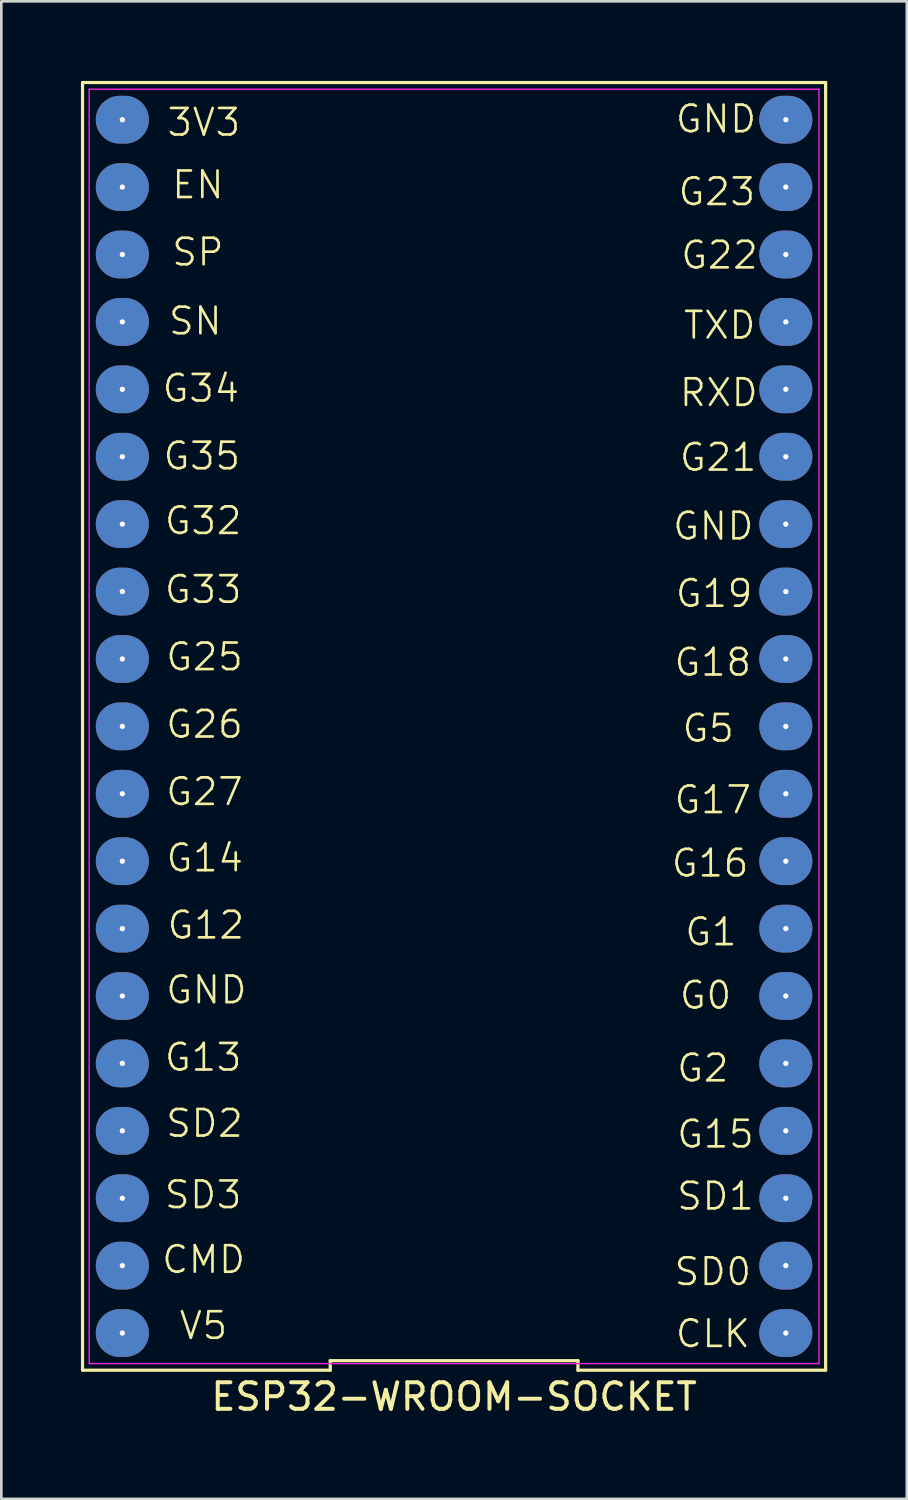
<source format=kicad_pcb>
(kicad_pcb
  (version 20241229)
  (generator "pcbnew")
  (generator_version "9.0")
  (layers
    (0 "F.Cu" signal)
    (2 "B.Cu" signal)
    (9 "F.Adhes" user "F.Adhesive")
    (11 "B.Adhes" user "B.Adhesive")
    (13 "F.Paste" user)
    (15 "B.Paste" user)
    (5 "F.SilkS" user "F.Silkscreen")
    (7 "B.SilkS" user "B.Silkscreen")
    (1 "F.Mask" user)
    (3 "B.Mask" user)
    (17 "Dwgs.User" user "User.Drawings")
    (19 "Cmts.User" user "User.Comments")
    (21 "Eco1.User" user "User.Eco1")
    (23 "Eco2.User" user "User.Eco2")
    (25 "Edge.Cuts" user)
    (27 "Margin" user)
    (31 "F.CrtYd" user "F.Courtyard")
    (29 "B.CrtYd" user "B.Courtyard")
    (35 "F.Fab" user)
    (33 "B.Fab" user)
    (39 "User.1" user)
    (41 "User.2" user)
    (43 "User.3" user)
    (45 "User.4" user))
  (footprint "ESP32-WROOM-SOCKET"
    (layer "F.Cu")
    (at 14.06 24.32)
    (property "Reference" "ESP32-WROOM-SOCKET" (at 0 25.26 180) (layer "F.SilkS") (effects (font (size 1 1) (thickness 0.15))))
    (attr through_hole)
    (fp_line (start -14 24.26) (end -4.667 24.26) (stroke (width 0.12) (type default)) (layer "F.SilkS"))
    (fp_line (start -14 -24.26) (end -14 24.26) (stroke (width 0.12) (type default)) (layer "F.SilkS"))
    (fp_line (start -4.667 23.9) (end 4.667 23.9) (stroke (width 0.12) (type default)) (layer "F.SilkS"))
    (fp_line (start -4.667 24.26) (end -4.667 23.9) (stroke (width 0.12) (type default)) (layer "F.SilkS"))
    (fp_line (start 4.667 23.9) (end 4.667 24.26) (stroke (width 0.12) (type default)) (layer "F.SilkS"))
    (fp_line (start 4.667 24.26) (end 14 24.26) (stroke (width 0.12) (type default)) (layer "F.SilkS"))
    (fp_line (start 14 24.26) (end 14 -24.26) (stroke (width 0.12) (type default)) (layer "F.SilkS"))
    (fp_line (start 14 -24.26) (end -14 -24.26) (stroke (width 0.12) (type default)) (layer "F.SilkS"))
    (fp_line (start -13.75 -24.01) (end 13.75 -24.01) (stroke (width 0.05) (type default)) (layer "F.CrtYd"))
    (fp_line (start -13.75 24.01) (end -13.75 -24.01) (stroke (width 0.05) (type default)) (layer "F.CrtYd"))
    (fp_line (start 13.75 -24.01) (end 13.75 24.01) (stroke (width 0.05) (type default)) (layer "F.CrtYd"))
    (fp_line (start 13.75 24.01) (end -13.75 24.01) (stroke (width 0.05) (type default)) (layer "F.CrtYd"))
    (fp_text user "G19" (at 8.28 -4.42 0) (unlocked yes) (layer "F.SilkS") (effects (font (size 1 1) (thickness 0.1)) (justify left bottom)))
    (fp_text user "G0" (at 8.433 10.719 0) (unlocked yes) (layer "F.SilkS") (effects (font (size 1 1) (thickness 0.1)) (justify left bottom)))
    (fp_text user "SP" (at -10.695 -17.284 0) (unlocked yes) (layer "F.SilkS") (effects (font (size 1 1) (thickness 0.1)) (justify left bottom)))
    (fp_text user "TXD" (at 8.585 -14.529 0) (unlocked yes) (layer "F.SilkS") (effects (font (size 1 1) (thickness 0.1)) (justify left bottom)))
    (fp_text user "G13" (at -10.973 13.056 0) (unlocked yes) (layer "F.SilkS") (effects (font (size 1 1) (thickness 0.1)) (justify left bottom)))
    (fp_text user "SN" (at -10.816 -14.688 0) (unlocked yes) (layer "F.SilkS") (effects (font (size 1 1) (thickness 0.1)) (justify left bottom)))
    (fp_text user "G15" (at 8.331 15.951 0) (unlocked yes) (layer "F.SilkS") (effects (font (size 1 1) (thickness 0.1)) (justify left bottom)))
    (fp_text user "G14" (at -10.913 5.545 0) (unlocked yes) (layer "F.SilkS") (effects (font (size 1 1) (thickness 0.1)) (justify left bottom)))
    (fp_text user "SD1" (at 8.331 18.288 0) (unlocked yes) (layer "F.SilkS") (effects (font (size 1 1) (thickness 0.1)) (justify left bottom)))
    (fp_text user "G22" (at 8.484 -17.17 0) (unlocked yes) (layer "F.SilkS") (effects (font (size 1 1) (thickness 0.1)) (justify left bottom)))
    (fp_text user "CLK" (at 8.28 23.47 0) (unlocked yes) (layer "F.SilkS") (effects (font (size 1 1) (thickness 0.1)) (justify left bottom)))
    (fp_text user "GND" (at -10.922 10.516 0) (unlocked yes) (layer "F.SilkS") (effects (font (size 1 1) (thickness 0.1)) (justify left bottom)))
    (fp_text user "SD2" (at -10.922 15.545 0) (unlocked yes) (layer "F.SilkS") (effects (font (size 1 1) (thickness 0.1)) (justify left bottom)))
    (fp_text user "EN" (at -10.695 -19.82 0) (unlocked yes) (layer "F.SilkS") (effects (font (size 1 1) (thickness 0.1)) (justify left bottom)))
    (fp_text user "SD3" (at -10.973 18.237 0) (unlocked yes) (layer "F.SilkS") (effects (font (size 1 1) (thickness 0.1)) (justify left bottom)))
    (fp_text user "G25" (at -10.922 -2.032 0) (unlocked yes) (layer "F.SilkS") (effects (font (size 1 1) (thickness 0.1)) (justify left bottom)))
    (fp_text user "G21" (at 8.433 -9.55 0) (unlocked yes) (layer "F.SilkS") (effects (font (size 1 1) (thickness 0.1)) (justify left bottom)))
    (fp_text user "G1" (at 8.636 8.331 0) (unlocked yes) (layer "F.SilkS") (effects (font (size 1 1) (thickness 0.1)) (justify left bottom)))
    (fp_text user "G23" (at 8.382 -19.558 0) (unlocked yes) (layer "F.SilkS") (effects (font (size 1 1) (thickness 0.1)) (justify left bottom)))
    (fp_text user "GND" (at 8.28 -22.301 0) (unlocked yes) (layer "F.SilkS") (effects (font (size 1 1) (thickness 0.1)) (justify left bottom)))
    (fp_text user "G35" (at -11.024 -9.601 0) (unlocked yes) (layer "F.SilkS") (effects (font (size 1 1) (thickness 0.1)) (justify left bottom)))
    (fp_text user "G12" (at -10.871 8.077 0) (unlocked yes) (layer "F.SilkS") (effects (font (size 1 1) (thickness 0.1)) (justify left bottom)))
    (fp_text user "G17" (at 8.23 3.353 0) (unlocked yes) (layer "F.SilkS") (effects (font (size 1 1) (thickness 0.1)) (justify left bottom)))
    (fp_text user "G32" (at -10.973 -7.163 0) (unlocked yes) (layer "F.SilkS") (effects (font (size 1 1) (thickness 0.1)) (justify left bottom)))
    (fp_text user "RXD" (at 8.433 -11.989 0) (unlocked yes) (layer "F.SilkS") (effects (font (size 1 1) (thickness 0.1)) (justify left bottom)))
    (fp_text user "CMD" (at -11.074 20.676 0) (unlocked yes) (layer "F.SilkS") (effects (font (size 1 1) (thickness 0.1)) (justify left bottom)))
    (fp_text user "G34" (at -11.057 -12.152 0) (unlocked yes) (layer "F.SilkS") (effects (font (size 1 1) (thickness 0.1)) (justify left bottom)))
    (fp_text user "G33" (at -10.973 -4.572 0) (unlocked yes) (layer "F.SilkS") (effects (font (size 1 1) (thickness 0.1)) (justify left bottom)))
    (fp_text user "SD0" (at 8.23 21.133 0) (unlocked yes) (layer "F.SilkS") (effects (font (size 1 1) (thickness 0.1)) (justify left bottom)))
    (fp_text user "V5" (at -10.414 23.165 0) (unlocked yes) (layer "F.SilkS") (effects (font (size 1 1) (thickness 0.1)) (justify left bottom)))
    (fp_text user "3V3" (at -10.876 -22.175 0) (unlocked yes) (layer "F.SilkS") (effects (font (size 1 1) (thickness 0.1)) (justify left bottom)))
    (fp_text user "G16" (at 8.128 5.74 0) (unlocked yes) (layer "F.SilkS") (effects (font (size 1 1) (thickness 0.1)) (justify left bottom)))
    (fp_text user "GND" (at 8.179 -6.96 0) (unlocked yes) (layer "F.SilkS") (effects (font (size 1 1) (thickness 0.1)) (justify left bottom)))
    (fp_text user "G2" (at 8.331 13.462 0) (unlocked yes) (layer "F.SilkS") (effects (font (size 1 1) (thickness 0.1)) (justify left bottom)))
    (fp_text user "G18" (at 8.23 -1.829 0) (unlocked yes) (layer "F.SilkS") (effects (font (size 1 1) (thickness 0.1)) (justify left bottom)))
    (fp_text user "G5" (at 8.534 0.66 0) (unlocked yes) (layer "F.SilkS") (effects (font (size 1 1) (thickness 0.1)) (justify left bottom)))
    (fp_text user "G27" (at -10.922 3.048 0) (unlocked yes) (layer "F.SilkS") (effects (font (size 1 1) (thickness 0.1)) (justify left bottom)))
    (fp_text user "G26" (at -10.922 0.508 0) (unlocked yes) (layer "F.SilkS") (effects (font (size 1 1) (thickness 0.1)) (justify left bottom)))
    (pad "1" thru_hole oval (at -12.5 -22.86 90) (size 1.8 2) (drill 0.2) (layers "*.Cu" "*.Mask"))
    (pad "2" thru_hole oval (at -12.5 -20.32 90) (size 1.8 2) (drill 0.2) (layers "*.Cu" "*.Mask"))
    (pad "3" thru_hole oval (at -12.5 -17.78 90) (size 1.8 2) (drill 0.2) (layers "*.Cu" "*.Mask"))
    (pad "4" thru_hole oval (at -12.5 -15.24 90) (size 1.8 2) (drill 0.2) (layers "*.Cu" "*.Mask"))
    (pad "5" thru_hole oval (at -12.5 -12.7 90) (size 1.8 2) (drill 0.2) (layers "*.Cu" "*.Mask"))
    (pad "6" thru_hole oval (at -12.5 -10.16 90) (size 1.8 2) (drill 0.2) (layers "*.Cu" "*.Mask"))
    (pad "7" thru_hole oval (at -12.5 -7.62 90) (size 1.8 2) (drill 0.2) (layers "*.Cu" "*.Mask"))
    (pad "8" thru_hole oval (at -12.5 -5.08 90) (size 1.8 2) (drill 0.2) (layers "*.Cu" "*.Mask"))
    (pad "9" thru_hole oval (at -12.5 -2.54 90) (size 1.8 2) (drill 0.2) (layers "*.Cu" "*.Mask"))
    (pad "10" thru_hole oval (at -12.5 0 90) (size 1.8 2) (drill 0.2) (layers "*.Cu" "*.Mask"))
    (pad "11" thru_hole oval (at -12.5 2.54 90) (size 1.8 2) (drill 0.2) (layers "*.Cu" "*.Mask"))
    (pad "12" thru_hole oval (at -12.5 5.08 90) (size 1.8 2) (drill 0.2) (layers "*.Cu" "*.Mask"))
    (pad "13" thru_hole oval (at -12.5 7.62 90) (size 1.8 2) (drill 0.2) (layers "*.Cu" "*.Mask"))
    (pad "14" thru_hole oval (at -12.5 10.16 90) (size 1.8 2) (drill 0.2) (layers "*.Cu" "*.Mask"))
    (pad "15" thru_hole oval (at -12.5 12.7 90) (size 1.8 2) (drill 0.2) (layers "*.Cu" "*.Mask"))
    (pad "16" thru_hole oval (at -12.5 15.24 90) (size 1.8 2) (drill 0.2) (layers "*.Cu" "*.Mask"))
    (pad "17" thru_hole oval (at -12.5 17.78 90) (size 1.8 2) (drill 0.2) (layers "*.Cu" "*.Mask"))
    (pad "18" thru_hole oval (at -12.5 20.32 90) (size 1.8 2) (drill 0.2) (layers "*.Cu" "*.Mask"))
    (pad "19" thru_hole oval (at -12.5 22.86 90) (size 1.8 2) (drill 0.2) (layers "*.Cu" "*.Mask"))
    (pad "20" thru_hole oval (at 12.5 22.86 90) (size 1.8 2) (drill 0.2) (layers "*.Cu" "*.Mask"))
    (pad "21" thru_hole oval (at 12.5 20.32 90) (size 1.8 2) (drill 0.2) (layers "*.Cu" "*.Mask"))
    (pad "22" thru_hole oval (at 12.5 17.78 90) (size 1.8 2) (drill 0.2) (layers "*.Cu" "*.Mask"))
    (pad "23" thru_hole oval (at 12.5 15.24 90) (size 1.8 2) (drill 0.2) (layers "*.Cu" "*.Mask"))
    (pad "24" thru_hole oval (at 12.5 12.7 90) (size 1.8 2) (drill 0.2) (layers "*.Cu" "*.Mask"))
    (pad "25" thru_hole oval (at 12.5 10.16 90) (size 1.8 2) (drill 0.2) (layers "*.Cu" "*.Mask"))
    (pad "26" thru_hole oval (at 12.5 7.62 90) (size 1.8 2) (drill 0.2) (layers "*.Cu" "*.Mask"))
    (pad "27" thru_hole oval (at 12.5 5.08 90) (size 1.8 2) (drill 0.2) (layers "*.Cu" "*.Mask"))
    (pad "28" thru_hole oval (at 12.5 2.54 90) (size 1.8 2) (drill 0.2) (layers "*.Cu" "*.Mask"))
    (pad "29" thru_hole oval (at 12.5 0 90) (size 1.8 2) (drill 0.2) (layers "*.Cu" "*.Mask"))
    (pad "30" thru_hole oval (at 12.5 -2.54 90) (size 1.8 2) (drill 0.2) (layers "*.Cu" "*.Mask"))
    (pad "31" thru_hole oval (at 12.5 -5.08 90) (size 1.8 2) (drill 0.2) (layers "*.Cu" "*.Mask"))
    (pad "32" thru_hole oval (at 12.5 -7.62 90) (size 1.8 2) (drill 0.2) (layers "*.Cu" "*.Mask"))
    (pad "33" thru_hole oval (at 12.5 -10.16 90) (size 1.8 2) (drill 0.2) (layers "*.Cu" "*.Mask"))
    (pad "34" thru_hole oval (at 12.5 -12.7 90) (size 1.8 2) (drill 0.2) (layers "*.Cu" "*.Mask"))
    (pad "35" thru_hole oval (at 12.5 -15.24 90) (size 1.8 2) (drill 0.2) (layers "*.Cu" "*.Mask"))
    (pad "36" thru_hole oval (at 12.5 -17.78 90) (size 1.8 2) (drill 0.2) (layers "*.Cu" "*.Mask"))
    (pad "37" thru_hole oval (at 12.5 -20.32 90) (size 1.8 2) (drill 0.2) (layers "*.Cu" "*.Mask"))
    (pad "38" thru_hole oval (at 12.5 -22.86 90) (size 1.8 2) (drill 0.2) (layers "*.Cu" "*.Mask")))
  (gr_rect
    (start -3 -3)
    (end 31.12 53.428)
    (stroke (width 0.1) (type default))
    (fill no)
    (layer "Edge.Cuts")))
</source>
